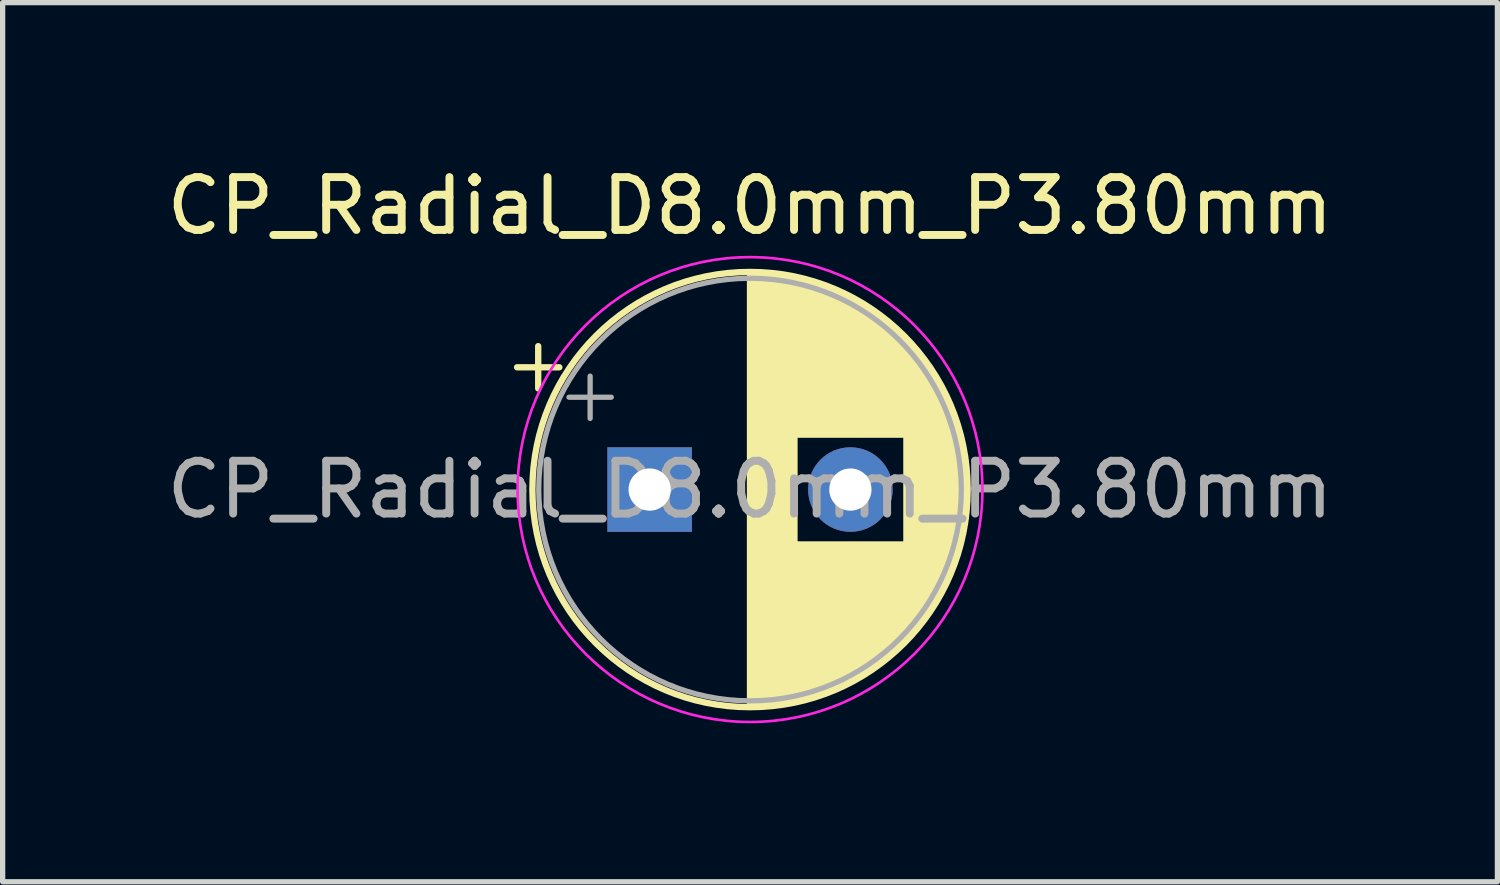
<source format=kicad_pcb>
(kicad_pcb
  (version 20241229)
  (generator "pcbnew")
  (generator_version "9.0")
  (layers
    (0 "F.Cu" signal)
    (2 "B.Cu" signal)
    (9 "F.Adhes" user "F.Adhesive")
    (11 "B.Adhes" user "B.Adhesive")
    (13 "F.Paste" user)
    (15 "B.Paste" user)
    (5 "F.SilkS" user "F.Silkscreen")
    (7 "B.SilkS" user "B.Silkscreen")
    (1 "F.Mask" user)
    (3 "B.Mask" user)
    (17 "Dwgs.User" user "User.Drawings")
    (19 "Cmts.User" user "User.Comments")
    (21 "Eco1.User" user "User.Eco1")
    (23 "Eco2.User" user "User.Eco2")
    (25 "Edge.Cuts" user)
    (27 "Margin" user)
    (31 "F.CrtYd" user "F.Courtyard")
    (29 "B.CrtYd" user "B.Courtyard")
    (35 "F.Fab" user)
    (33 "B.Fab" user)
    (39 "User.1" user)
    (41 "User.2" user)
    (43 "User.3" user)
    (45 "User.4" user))
  (footprint "CP_Radial_D8.0mm_P3.80mm"
    (layer "F.Cu")
    (at 9.249 6.218)
    (property "Reference" "CP_Radial_D8.0mm_P3.80mm" (at 1.9 -5.37 0) (layer "F.SilkS") (effects (font (size 1 1) (thickness 0.15))))
    (attr through_hole)
    (fp_line (start -2.51 -2.315) (end -1.71 -2.315) (stroke (width 0.12) (type solid)) (layer "F.SilkS"))
    (fp_line (start -2.11 -2.715) (end -2.11 -1.915) (stroke (width 0.12) (type solid)) (layer "F.SilkS"))
    (fp_line (start 1.9 -4.08) (end 1.9 4.08) (stroke (width 0.12) (type solid)) (layer "F.SilkS"))
    (fp_line (start 1.94 -4.08) (end 1.94 4.08) (stroke (width 0.12) (type solid)) (layer "F.SilkS"))
    (fp_line (start 1.98 -4.08) (end 1.98 4.08) (stroke (width 0.12) (type solid)) (layer "F.SilkS"))
    (fp_line (start 2.02 -4.079) (end 2.02 4.079) (stroke (width 0.12) (type solid)) (layer "F.SilkS"))
    (fp_line (start 2.06 -4.077) (end 2.06 4.077) (stroke (width 0.12) (type solid)) (layer "F.SilkS"))
    (fp_line (start 2.1 -4.076) (end 2.1 4.076) (stroke (width 0.12) (type solid)) (layer "F.SilkS"))
    (fp_line (start 2.14 -4.074) (end 2.14 4.074) (stroke (width 0.12) (type solid)) (layer "F.SilkS"))
    (fp_line (start 2.18 -4.071) (end 2.18 4.071) (stroke (width 0.12) (type solid)) (layer "F.SilkS"))
    (fp_line (start 2.22 -4.068) (end 2.22 4.068) (stroke (width 0.12) (type solid)) (layer "F.SilkS"))
    (fp_line (start 2.26 -4.065) (end 2.26 4.065) (stroke (width 0.12) (type solid)) (layer "F.SilkS"))
    (fp_line (start 2.3 -4.061) (end 2.3 4.061) (stroke (width 0.12) (type solid)) (layer "F.SilkS"))
    (fp_line (start 2.34 -4.057) (end 2.34 4.057) (stroke (width 0.12) (type solid)) (layer "F.SilkS"))
    (fp_line (start 2.38 -4.052) (end 2.38 4.052) (stroke (width 0.12) (type solid)) (layer "F.SilkS"))
    (fp_line (start 2.42 -4.048) (end 2.42 4.048) (stroke (width 0.12) (type solid)) (layer "F.SilkS"))
    (fp_line (start 2.46 -4.042) (end 2.46 4.042) (stroke (width 0.12) (type solid)) (layer "F.SilkS"))
    (fp_line (start 2.5 -4.037) (end 2.5 4.037) (stroke (width 0.12) (type solid)) (layer "F.SilkS"))
    (fp_line (start 2.54 -4.03) (end 2.54 4.03) (stroke (width 0.12) (type solid)) (layer "F.SilkS"))
    (fp_line (start 2.58 -4.024) (end 2.58 4.024) (stroke (width 0.12) (type solid)) (layer "F.SilkS"))
    (fp_line (start 2.621 -4.017) (end 2.621 4.017) (stroke (width 0.12) (type solid)) (layer "F.SilkS"))
    (fp_line (start 2.661 -4.01) (end 2.661 4.01) (stroke (width 0.12) (type solid)) (layer "F.SilkS"))
    (fp_line (start 2.701 -4.002) (end 2.701 4.002) (stroke (width 0.12) (type solid)) (layer "F.SilkS"))
    (fp_line (start 2.741 -3.994) (end 2.741 3.994) (stroke (width 0.12) (type solid)) (layer "F.SilkS"))
    (fp_line (start 2.781 -3.985) (end 2.781 -1.04) (stroke (width 0.12) (type solid)) (layer "F.SilkS"))
    (fp_line (start 2.781 1.04) (end 2.781 3.985) (stroke (width 0.12) (type solid)) (layer "F.SilkS"))
    (fp_line (start 2.821 -3.976) (end 2.821 -1.04) (stroke (width 0.12) (type solid)) (layer "F.SilkS"))
    (fp_line (start 2.821 1.04) (end 2.821 3.976) (stroke (width 0.12) (type solid)) (layer "F.SilkS"))
    (fp_line (start 2.861 -3.967) (end 2.861 -1.04) (stroke (width 0.12) (type solid)) (layer "F.SilkS"))
    (fp_line (start 2.861 1.04) (end 2.861 3.967) (stroke (width 0.12) (type solid)) (layer "F.SilkS"))
    (fp_line (start 2.901 -3.957) (end 2.901 -1.04) (stroke (width 0.12) (type solid)) (layer "F.SilkS"))
    (fp_line (start 2.901 1.04) (end 2.901 3.957) (stroke (width 0.12) (type solid)) (layer "F.SilkS"))
    (fp_line (start 2.941 -3.947) (end 2.941 -1.04) (stroke (width 0.12) (type solid)) (layer "F.SilkS"))
    (fp_line (start 2.941 1.04) (end 2.941 3.947) (stroke (width 0.12) (type solid)) (layer "F.SilkS"))
    (fp_line (start 2.981 -3.936) (end 2.981 -1.04) (stroke (width 0.12) (type solid)) (layer "F.SilkS"))
    (fp_line (start 2.981 1.04) (end 2.981 3.936) (stroke (width 0.12) (type solid)) (layer "F.SilkS"))
    (fp_line (start 3.021 -3.925) (end 3.021 -1.04) (stroke (width 0.12) (type solid)) (layer "F.SilkS"))
    (fp_line (start 3.021 1.04) (end 3.021 3.925) (stroke (width 0.12) (type solid)) (layer "F.SilkS"))
    (fp_line (start 3.061 -3.914) (end 3.061 -1.04) (stroke (width 0.12) (type solid)) (layer "F.SilkS"))
    (fp_line (start 3.061 1.04) (end 3.061 3.914) (stroke (width 0.12) (type solid)) (layer "F.SilkS"))
    (fp_line (start 3.101 -3.902) (end 3.101 -1.04) (stroke (width 0.12) (type solid)) (layer "F.SilkS"))
    (fp_line (start 3.101 1.04) (end 3.101 3.902) (stroke (width 0.12) (type solid)) (layer "F.SilkS"))
    (fp_line (start 3.141 -3.889) (end 3.141 -1.04) (stroke (width 0.12) (type solid)) (layer "F.SilkS"))
    (fp_line (start 3.141 1.04) (end 3.141 3.889) (stroke (width 0.12) (type solid)) (layer "F.SilkS"))
    (fp_line (start 3.181 -3.877) (end 3.181 -1.04) (stroke (width 0.12) (type solid)) (layer "F.SilkS"))
    (fp_line (start 3.181 1.04) (end 3.181 3.877) (stroke (width 0.12) (type solid)) (layer "F.SilkS"))
    (fp_line (start 3.221 -3.863) (end 3.221 -1.04) (stroke (width 0.12) (type solid)) (layer "F.SilkS"))
    (fp_line (start 3.221 1.04) (end 3.221 3.863) (stroke (width 0.12) (type solid)) (layer "F.SilkS"))
    (fp_line (start 3.261 -3.85) (end 3.261 -1.04) (stroke (width 0.12) (type solid)) (layer "F.SilkS"))
    (fp_line (start 3.261 1.04) (end 3.261 3.85) (stroke (width 0.12) (type solid)) (layer "F.SilkS"))
    (fp_line (start 3.301 -3.835) (end 3.301 -1.04) (stroke (width 0.12) (type solid)) (layer "F.SilkS"))
    (fp_line (start 3.301 1.04) (end 3.301 3.835) (stroke (width 0.12) (type solid)) (layer "F.SilkS"))
    (fp_line (start 3.341 -3.821) (end 3.341 -1.04) (stroke (width 0.12) (type solid)) (layer "F.SilkS"))
    (fp_line (start 3.341 1.04) (end 3.341 3.821) (stroke (width 0.12) (type solid)) (layer "F.SilkS"))
    (fp_line (start 3.381 -3.805) (end 3.381 -1.04) (stroke (width 0.12) (type solid)) (layer "F.SilkS"))
    (fp_line (start 3.381 1.04) (end 3.381 3.805) (stroke (width 0.12) (type solid)) (layer "F.SilkS"))
    (fp_line (start 3.421 -3.79) (end 3.421 -1.04) (stroke (width 0.12) (type solid)) (layer "F.SilkS"))
    (fp_line (start 3.421 1.04) (end 3.421 3.79) (stroke (width 0.12) (type solid)) (layer "F.SilkS"))
    (fp_line (start 3.461 -3.774) (end 3.461 -1.04) (stroke (width 0.12) (type solid)) (layer "F.SilkS"))
    (fp_line (start 3.461 1.04) (end 3.461 3.774) (stroke (width 0.12) (type solid)) (layer "F.SilkS"))
    (fp_line (start 3.501 -3.757) (end 3.501 -1.04) (stroke (width 0.12) (type solid)) (layer "F.SilkS"))
    (fp_line (start 3.501 1.04) (end 3.501 3.757) (stroke (width 0.12) (type solid)) (layer "F.SilkS"))
    (fp_line (start 3.541 -3.74) (end 3.541 -1.04) (stroke (width 0.12) (type solid)) (layer "F.SilkS"))
    (fp_line (start 3.541 1.04) (end 3.541 3.74) (stroke (width 0.12) (type solid)) (layer "F.SilkS"))
    (fp_line (start 3.581 -3.722) (end 3.581 -1.04) (stroke (width 0.12) (type solid)) (layer "F.SilkS"))
    (fp_line (start 3.581 1.04) (end 3.581 3.722) (stroke (width 0.12) (type solid)) (layer "F.SilkS"))
    (fp_line (start 3.621 -3.704) (end 3.621 -1.04) (stroke (width 0.12) (type solid)) (layer "F.SilkS"))
    (fp_line (start 3.621 1.04) (end 3.621 3.704) (stroke (width 0.12) (type solid)) (layer "F.SilkS"))
    (fp_line (start 3.661 -3.686) (end 3.661 -1.04) (stroke (width 0.12) (type solid)) (layer "F.SilkS"))
    (fp_line (start 3.661 1.04) (end 3.661 3.686) (stroke (width 0.12) (type solid)) (layer "F.SilkS"))
    (fp_line (start 3.701 -3.666) (end 3.701 -1.04) (stroke (width 0.12) (type solid)) (layer "F.SilkS"))
    (fp_line (start 3.701 1.04) (end 3.701 3.666) (stroke (width 0.12) (type solid)) (layer "F.SilkS"))
    (fp_line (start 3.741 -3.647) (end 3.741 -1.04) (stroke (width 0.12) (type solid)) (layer "F.SilkS"))
    (fp_line (start 3.741 1.04) (end 3.741 3.647) (stroke (width 0.12) (type solid)) (layer "F.SilkS"))
    (fp_line (start 3.781 -3.627) (end 3.781 -1.04) (stroke (width 0.12) (type solid)) (layer "F.SilkS"))
    (fp_line (start 3.781 1.04) (end 3.781 3.627) (stroke (width 0.12) (type solid)) (layer "F.SilkS"))
    (fp_line (start 3.821 -3.606) (end 3.821 -1.04) (stroke (width 0.12) (type solid)) (layer "F.SilkS"))
    (fp_line (start 3.821 1.04) (end 3.821 3.606) (stroke (width 0.12) (type solid)) (layer "F.SilkS"))
    (fp_line (start 3.861 -3.584) (end 3.861 -1.04) (stroke (width 0.12) (type solid)) (layer "F.SilkS"))
    (fp_line (start 3.861 1.04) (end 3.861 3.584) (stroke (width 0.12) (type solid)) (layer "F.SilkS"))
    (fp_line (start 3.901 -3.562) (end 3.901 -1.04) (stroke (width 0.12) (type solid)) (layer "F.SilkS"))
    (fp_line (start 3.901 1.04) (end 3.901 3.562) (stroke (width 0.12) (type solid)) (layer "F.SilkS"))
    (fp_line (start 3.941 -3.54) (end 3.941 -1.04) (stroke (width 0.12) (type solid)) (layer "F.SilkS"))
    (fp_line (start 3.941 1.04) (end 3.941 3.54) (stroke (width 0.12) (type solid)) (layer "F.SilkS"))
    (fp_line (start 3.981 -3.517) (end 3.981 -1.04) (stroke (width 0.12) (type solid)) (layer "F.SilkS"))
    (fp_line (start 3.981 1.04) (end 3.981 3.517) (stroke (width 0.12) (type solid)) (layer "F.SilkS"))
    (fp_line (start 4.021 -3.493) (end 4.021 -1.04) (stroke (width 0.12) (type solid)) (layer "F.SilkS"))
    (fp_line (start 4.021 1.04) (end 4.021 3.493) (stroke (width 0.12) (type solid)) (layer "F.SilkS"))
    (fp_line (start 4.061 -3.469) (end 4.061 -1.04) (stroke (width 0.12) (type solid)) (layer "F.SilkS"))
    (fp_line (start 4.061 1.04) (end 4.061 3.469) (stroke (width 0.12) (type solid)) (layer "F.SilkS"))
    (fp_line (start 4.101 -3.444) (end 4.101 -1.04) (stroke (width 0.12) (type solid)) (layer "F.SilkS"))
    (fp_line (start 4.101 1.04) (end 4.101 3.444) (stroke (width 0.12) (type solid)) (layer "F.SilkS"))
    (fp_line (start 4.141 -3.418) (end 4.141 -1.04) (stroke (width 0.12) (type solid)) (layer "F.SilkS"))
    (fp_line (start 4.141 1.04) (end 4.141 3.418) (stroke (width 0.12) (type solid)) (layer "F.SilkS"))
    (fp_line (start 4.181 -3.392) (end 4.181 -1.04) (stroke (width 0.12) (type solid)) (layer "F.SilkS"))
    (fp_line (start 4.181 1.04) (end 4.181 3.392) (stroke (width 0.12) (type solid)) (layer "F.SilkS"))
    (fp_line (start 4.221 -3.365) (end 4.221 -1.04) (stroke (width 0.12) (type solid)) (layer "F.SilkS"))
    (fp_line (start 4.221 1.04) (end 4.221 3.365) (stroke (width 0.12) (type solid)) (layer "F.SilkS"))
    (fp_line (start 4.261 -3.338) (end 4.261 -1.04) (stroke (width 0.12) (type solid)) (layer "F.SilkS"))
    (fp_line (start 4.261 1.04) (end 4.261 3.338) (stroke (width 0.12) (type solid)) (layer "F.SilkS"))
    (fp_line (start 4.301 -3.309) (end 4.301 -1.04) (stroke (width 0.12) (type solid)) (layer "F.SilkS"))
    (fp_line (start 4.301 1.04) (end 4.301 3.309) (stroke (width 0.12) (type solid)) (layer "F.SilkS"))
    (fp_line (start 4.341 -3.28) (end 4.341 -1.04) (stroke (width 0.12) (type solid)) (layer "F.SilkS"))
    (fp_line (start 4.341 1.04) (end 4.341 3.28) (stroke (width 0.12) (type solid)) (layer "F.SilkS"))
    (fp_line (start 4.381 -3.25) (end 4.381 -1.04) (stroke (width 0.12) (type solid)) (layer "F.SilkS"))
    (fp_line (start 4.381 1.04) (end 4.381 3.25) (stroke (width 0.12) (type solid)) (layer "F.SilkS"))
    (fp_line (start 4.421 -3.22) (end 4.421 -1.04) (stroke (width 0.12) (type solid)) (layer "F.SilkS"))
    (fp_line (start 4.421 1.04) (end 4.421 3.22) (stroke (width 0.12) (type solid)) (layer "F.SilkS"))
    (fp_line (start 4.461 -3.189) (end 4.461 -1.04) (stroke (width 0.12) (type solid)) (layer "F.SilkS"))
    (fp_line (start 4.461 1.04) (end 4.461 3.189) (stroke (width 0.12) (type solid)) (layer "F.SilkS"))
    (fp_line (start 4.501 -3.156) (end 4.501 -1.04) (stroke (width 0.12) (type solid)) (layer "F.SilkS"))
    (fp_line (start 4.501 1.04) (end 4.501 3.156) (stroke (width 0.12) (type solid)) (layer "F.SilkS"))
    (fp_line (start 4.541 -3.124) (end 4.541 -1.04) (stroke (width 0.12) (type solid)) (layer "F.SilkS"))
    (fp_line (start 4.541 1.04) (end 4.541 3.124) (stroke (width 0.12) (type solid)) (layer "F.SilkS"))
    (fp_line (start 4.581 -3.09) (end 4.581 -1.04) (stroke (width 0.12) (type solid)) (layer "F.SilkS"))
    (fp_line (start 4.581 1.04) (end 4.581 3.09) (stroke (width 0.12) (type solid)) (layer "F.SilkS"))
    (fp_line (start 4.621 -3.055) (end 4.621 -1.04) (stroke (width 0.12) (type solid)) (layer "F.SilkS"))
    (fp_line (start 4.621 1.04) (end 4.621 3.055) (stroke (width 0.12) (type solid)) (layer "F.SilkS"))
    (fp_line (start 4.661 -3.019) (end 4.661 -1.04) (stroke (width 0.12) (type solid)) (layer "F.SilkS"))
    (fp_line (start 4.661 1.04) (end 4.661 3.019) (stroke (width 0.12) (type solid)) (layer "F.SilkS"))
    (fp_line (start 4.701 -2.983) (end 4.701 -1.04) (stroke (width 0.12) (type solid)) (layer "F.SilkS"))
    (fp_line (start 4.701 1.04) (end 4.701 2.983) (stroke (width 0.12) (type solid)) (layer "F.SilkS"))
    (fp_line (start 4.741 -2.945) (end 4.741 -1.04) (stroke (width 0.12) (type solid)) (layer "F.SilkS"))
    (fp_line (start 4.741 1.04) (end 4.741 2.945) (stroke (width 0.12) (type solid)) (layer "F.SilkS"))
    (fp_line (start 4.781 -2.907) (end 4.781 -1.04) (stroke (width 0.12) (type solid)) (layer "F.SilkS"))
    (fp_line (start 4.781 1.04) (end 4.781 2.907) (stroke (width 0.12) (type solid)) (layer "F.SilkS"))
    (fp_line (start 4.821 -2.867) (end 4.821 -1.04) (stroke (width 0.12) (type solid)) (layer "F.SilkS"))
    (fp_line (start 4.821 1.04) (end 4.821 2.867) (stroke (width 0.12) (type solid)) (layer "F.SilkS"))
    (fp_line (start 4.861 -2.826) (end 4.861 2.826) (stroke (width 0.12) (type solid)) (layer "F.SilkS"))
    (fp_line (start 4.901 -2.784) (end 4.901 2.784) (stroke (width 0.12) (type solid)) (layer "F.SilkS"))
    (fp_line (start 4.941 -2.741) (end 4.941 2.741) (stroke (width 0.12) (type solid)) (layer "F.SilkS"))
    (fp_line (start 4.981 -2.697) (end 4.981 2.697) (stroke (width 0.12) (type solid)) (layer "F.SilkS"))
    (fp_line (start 5.021 -2.651) (end 5.021 2.651) (stroke (width 0.12) (type solid)) (layer "F.SilkS"))
    (fp_line (start 5.061 -2.604) (end 5.061 2.604) (stroke (width 0.12) (type solid)) (layer "F.SilkS"))
    (fp_line (start 5.101 -2.556) (end 5.101 2.556) (stroke (width 0.12) (type solid)) (layer "F.SilkS"))
    (fp_line (start 5.141 -2.505) (end 5.141 2.505) (stroke (width 0.12) (type solid)) (layer "F.SilkS"))
    (fp_line (start 5.181 -2.454) (end 5.181 2.454) (stroke (width 0.12) (type solid)) (layer "F.SilkS"))
    (fp_line (start 5.221 -2.4) (end 5.221 2.4) (stroke (width 0.12) (type solid)) (layer "F.SilkS"))
    (fp_line (start 5.261 -2.345) (end 5.261 2.345) (stroke (width 0.12) (type solid)) (layer "F.SilkS"))
    (fp_line (start 5.301 -2.287) (end 5.301 2.287) (stroke (width 0.12) (type solid)) (layer "F.SilkS"))
    (fp_line (start 5.341 -2.228) (end 5.341 2.228) (stroke (width 0.12) (type solid)) (layer "F.SilkS"))
    (fp_line (start 5.381 -2.166) (end 5.381 2.166) (stroke (width 0.12) (type solid)) (layer "F.SilkS"))
    (fp_line (start 5.421 -2.102) (end 5.421 2.102) (stroke (width 0.12) (type solid)) (layer "F.SilkS"))
    (fp_line (start 5.461 -2.034) (end 5.461 2.034) (stroke (width 0.12) (type solid)) (layer "F.SilkS"))
    (fp_line (start 5.501 -1.964) (end 5.501 1.964) (stroke (width 0.12) (type solid)) (layer "F.SilkS"))
    (fp_line (start 5.541 -1.89) (end 5.541 1.89) (stroke (width 0.12) (type solid)) (layer "F.SilkS"))
    (fp_line (start 5.581 -1.813) (end 5.581 1.813) (stroke (width 0.12) (type solid)) (layer "F.SilkS"))
    (fp_line (start 5.621 -1.731) (end 5.621 1.731) (stroke (width 0.12) (type solid)) (layer "F.SilkS"))
    (fp_line (start 5.661 -1.645) (end 5.661 1.645) (stroke (width 0.12) (type solid)) (layer "F.SilkS"))
    (fp_line (start 5.701 -1.552) (end 5.701 1.552) (stroke (width 0.12) (type solid)) (layer "F.SilkS"))
    (fp_line (start 5.741 -1.453) (end 5.741 1.453) (stroke (width 0.12) (type solid)) (layer "F.SilkS"))
    (fp_line (start 5.781 -1.346) (end 5.781 1.346) (stroke (width 0.12) (type solid)) (layer "F.SilkS"))
    (fp_line (start 5.821 -1.229) (end 5.821 1.229) (stroke (width 0.12) (type solid)) (layer "F.SilkS"))
    (fp_line (start 5.861 -1.098) (end 5.861 1.098) (stroke (width 0.12) (type solid)) (layer "F.SilkS"))
    (fp_line (start 5.901 -0.948) (end 5.901 0.948) (stroke (width 0.12) (type solid)) (layer "F.SilkS"))
    (fp_line (start 5.941 -0.768) (end 5.941 0.768) (stroke (width 0.12) (type solid)) (layer "F.SilkS"))
    (fp_line (start 5.981 -0.533) (end 5.981 0.533) (stroke (width 0.12) (type solid)) (layer "F.SilkS"))
    (fp_circle (center 1.9 0) (end 6.02 0) (stroke (width 0.12) (type solid)) (fill no) (layer "F.SilkS"))
    (fp_circle (center 1.9 0) (end 6.3 0) (stroke (width 0.05) (type solid)) (fill no) (layer "F.CrtYd"))
    (fp_line (start -1.527 -1.748) (end -0.727 -1.748) (stroke (width 0.1) (type solid)) (layer "F.Fab"))
    (fp_line (start -1.127 -2.147) (end -1.127 -1.347) (stroke (width 0.1) (type solid)) (layer "F.Fab"))
    (fp_circle (center 1.9 0) (end 5.9 0) (stroke (width 0.1) (type solid)) (fill no) (layer "F.Fab"))
    (fp_text user "${REFERENCE}" (at 1.9 0 0) (layer "F.Fab") (effects (font (size 1 1) (thickness 0.15))))
    (pad "1" thru_hole rect (at 0 0) (size 1.6 1.6) (drill 0.8) (layers "*.Cu" "*.Mask"))
    (pad "2" thru_hole circle (at 3.8 0) (size 1.6 1.6) (drill 0.8) (layers "*.Cu" "*.Mask")))
  (gr_rect
    (start -3 -3)
    (end 25.298 13.643)
    (stroke (width 0.1) (type default))
    (fill no)
    (layer "Edge.Cuts")))
</source>
